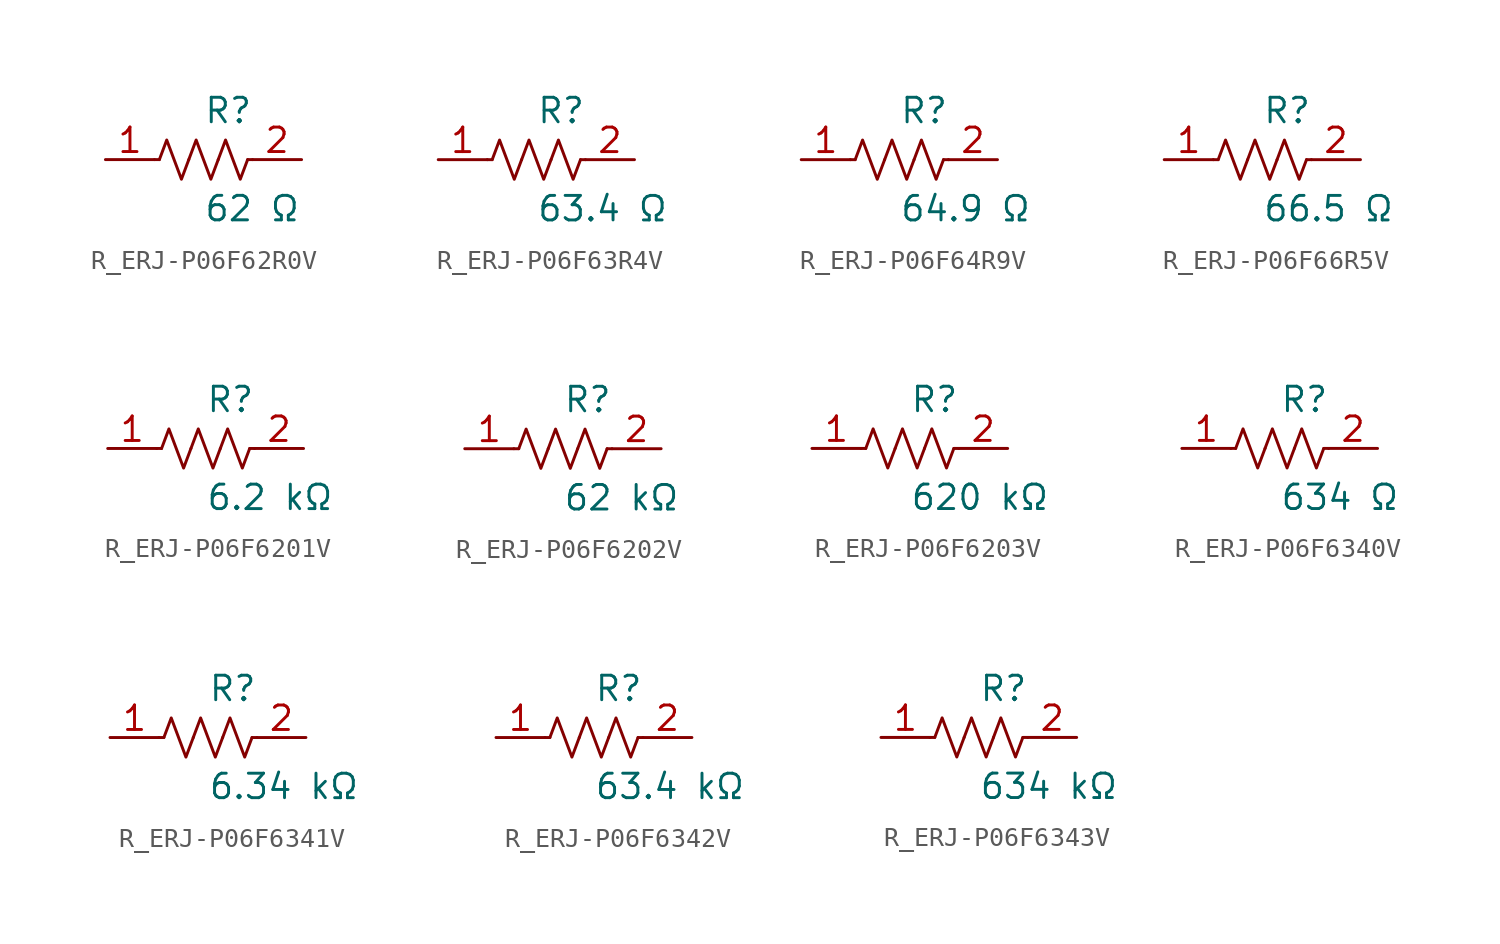
<source format=kicad_sym>
(kicad_symbol_lib
  (version 20231120)
  (generator kicad_symbol_editor)
  (generator_version 8.0)
  (symbol "R_ERJ-P06F62R0V"
    (pin_names
      (offset 0.254))
    (property "Reference" "R"
      (at 0 2.54 0)
      (effects (font (size 1.27 1.27)) (justify left)))
    (property "Value" "62 Ω"
      (at 0 -2.54 0)
      (effects (font (size 1.27 1.27)) (justify left)))
    (symbol "R_ERJ-P06F62R0V_0_1"
      (polyline (pts (xy 2.286 0) (xy 2.54 0)) (stroke (width 0) (type default)) (fill (type none)))
      (polyline (pts (xy -2.286 0) (xy -2.54 0)) (stroke (width 0) (type default)) (fill (type none)))
      (polyline (pts (xy 0.762 0) (xy 1.143 1.016) (xy 1.524 0) (xy 1.905 -1.016) (xy 2.286 0)) (stroke (width 0) (type default)) (fill (type none)))
      (polyline (pts (xy -0.762 0) (xy -0.381 1.016) (xy 0 0) (xy 0.381 -1.016) (xy 0.762 0)) (stroke (width 0) (type default)) (fill (type none)))
      (polyline (pts (xy -2.286 0) (xy -1.905 1.016) (xy -1.524 0) (xy -1.143 -1.016) (xy -0.762 0)) (stroke (width 0) (type default)) (fill (type none))))
    (pin passive line
      (at -5.08 0 0)
      (length 2.54)
      (name "" (effects (font (size 1.27 1.27))))
      (number "1" (effects (font (size 1.27 1.27)))))
    (pin passive line
      (at 5.08 0 180)
      (length 2.54)
      (name "" (effects (font (size 1.27 1.27))))
      (number "2" (effects (font (size 1.27 1.27))))))
  (symbol "R_ERJ-P06F63R4V"
    (pin_names
      (offset 0.254))
    (property "Reference" "R"
      (at 0 2.54 0)
      (effects (font (size 1.27 1.27)) (justify left)))
    (property "Value" "63.4 Ω"
      (at 0 -2.54 0)
      (effects (font (size 1.27 1.27)) (justify left)))
    (symbol "R_ERJ-P06F63R4V_0_1"
      (polyline (pts (xy 2.286 0) (xy 2.54 0)) (stroke (width 0) (type default)) (fill (type none)))
      (polyline (pts (xy -2.286 0) (xy -2.54 0)) (stroke (width 0) (type default)) (fill (type none)))
      (polyline (pts (xy 0.762 0) (xy 1.143 1.016) (xy 1.524 0) (xy 1.905 -1.016) (xy 2.286 0)) (stroke (width 0) (type default)) (fill (type none)))
      (polyline (pts (xy -0.762 0) (xy -0.381 1.016) (xy 0 0) (xy 0.381 -1.016) (xy 0.762 0)) (stroke (width 0) (type default)) (fill (type none)))
      (polyline (pts (xy -2.286 0) (xy -1.905 1.016) (xy -1.524 0) (xy -1.143 -1.016) (xy -0.762 0)) (stroke (width 0) (type default)) (fill (type none))))
    (pin passive line
      (at -5.08 0 0)
      (length 2.54)
      (name "" (effects (font (size 1.27 1.27))))
      (number "1" (effects (font (size 1.27 1.27)))))
    (pin passive line
      (at 5.08 0 180)
      (length 2.54)
      (name "" (effects (font (size 1.27 1.27))))
      (number "2" (effects (font (size 1.27 1.27))))))
  (symbol "R_ERJ-P06F64R9V"
    (pin_names
      (offset 0.254))
    (property "Reference" "R"
      (at 0 2.54 0)
      (effects (font (size 1.27 1.27)) (justify left)))
    (property "Value" "64.9 Ω"
      (at 0 -2.54 0)
      (effects (font (size 1.27 1.27)) (justify left)))
    (symbol "R_ERJ-P06F64R9V_0_1"
      (polyline (pts (xy 2.286 0) (xy 2.54 0)) (stroke (width 0) (type default)) (fill (type none)))
      (polyline (pts (xy -2.286 0) (xy -2.54 0)) (stroke (width 0) (type default)) (fill (type none)))
      (polyline (pts (xy 0.762 0) (xy 1.143 1.016) (xy 1.524 0) (xy 1.905 -1.016) (xy 2.286 0)) (stroke (width 0) (type default)) (fill (type none)))
      (polyline (pts (xy -0.762 0) (xy -0.381 1.016) (xy 0 0) (xy 0.381 -1.016) (xy 0.762 0)) (stroke (width 0) (type default)) (fill (type none)))
      (polyline (pts (xy -2.286 0) (xy -1.905 1.016) (xy -1.524 0) (xy -1.143 -1.016) (xy -0.762 0)) (stroke (width 0) (type default)) (fill (type none))))
    (pin passive line
      (at -5.08 0 0)
      (length 2.54)
      (name "" (effects (font (size 1.27 1.27))))
      (number "1" (effects (font (size 1.27 1.27)))))
    (pin passive line
      (at 5.08 0 180)
      (length 2.54)
      (name "" (effects (font (size 1.27 1.27))))
      (number "2" (effects (font (size 1.27 1.27))))))
  (symbol "R_ERJ-P06F66R5V"
    (pin_names
      (offset 0.254))
    (property "Reference" "R"
      (at 0 2.54 0)
      (effects (font (size 1.27 1.27)) (justify left)))
    (property "Value" "66.5 Ω"
      (at 0 -2.54 0)
      (effects (font (size 1.27 1.27)) (justify left)))
    (symbol "R_ERJ-P06F66R5V_0_1"
      (polyline (pts (xy 2.286 0) (xy 2.54 0)) (stroke (width 0) (type default)) (fill (type none)))
      (polyline (pts (xy -2.286 0) (xy -2.54 0)) (stroke (width 0) (type default)) (fill (type none)))
      (polyline (pts (xy 0.762 0) (xy 1.143 1.016) (xy 1.524 0) (xy 1.905 -1.016) (xy 2.286 0)) (stroke (width 0) (type default)) (fill (type none)))
      (polyline (pts (xy -0.762 0) (xy -0.381 1.016) (xy 0 0) (xy 0.381 -1.016) (xy 0.762 0)) (stroke (width 0) (type default)) (fill (type none)))
      (polyline (pts (xy -2.286 0) (xy -1.905 1.016) (xy -1.524 0) (xy -1.143 -1.016) (xy -0.762 0)) (stroke (width 0) (type default)) (fill (type none))))
    (pin passive line
      (at -5.08 0 0)
      (length 2.54)
      (name "" (effects (font (size 1.27 1.27))))
      (number "1" (effects (font (size 1.27 1.27)))))
    (pin passive line
      (at 5.08 0 180)
      (length 2.54)
      (name "" (effects (font (size 1.27 1.27))))
      (number "2" (effects (font (size 1.27 1.27))))))
  (symbol "R_ERJ-P06F6201V"
    (pin_names
      (offset 0.254))
    (property "Reference" "R"
      (at 0 2.54 0)
      (effects (font (size 1.27 1.27)) (justify left)))
    (property "Value" "6.2 kΩ"
      (at 0 -2.54 0)
      (effects (font (size 1.27 1.27)) (justify left)))
    (symbol "R_ERJ-P06F6201V_0_1"
      (polyline (pts (xy 2.286 0) (xy 2.54 0)) (stroke (width 0) (type default)) (fill (type none)))
      (polyline (pts (xy -2.286 0) (xy -2.54 0)) (stroke (width 0) (type default)) (fill (type none)))
      (polyline (pts (xy 0.762 0) (xy 1.143 1.016) (xy 1.524 0) (xy 1.905 -1.016) (xy 2.286 0)) (stroke (width 0) (type default)) (fill (type none)))
      (polyline (pts (xy -0.762 0) (xy -0.381 1.016) (xy 0 0) (xy 0.381 -1.016) (xy 0.762 0)) (stroke (width 0) (type default)) (fill (type none)))
      (polyline (pts (xy -2.286 0) (xy -1.905 1.016) (xy -1.524 0) (xy -1.143 -1.016) (xy -0.762 0)) (stroke (width 0) (type default)) (fill (type none))))
    (pin passive line
      (at -5.08 0 0)
      (length 2.54)
      (name "" (effects (font (size 1.27 1.27))))
      (number "1" (effects (font (size 1.27 1.27)))))
    (pin passive line
      (at 5.08 0 180)
      (length 2.54)
      (name "" (effects (font (size 1.27 1.27))))
      (number "2" (effects (font (size 1.27 1.27))))))
  (symbol "R_ERJ-P06F6202V"
    (pin_names
      (offset 0.254))
    (property "Reference" "R"
      (at 0 2.54 0)
      (effects (font (size 1.27 1.27)) (justify left)))
    (property "Value" "62 kΩ"
      (at 0 -2.54 0)
      (effects (font (size 1.27 1.27)) (justify left)))
    (symbol "R_ERJ-P06F6202V_0_1"
      (polyline (pts (xy 2.286 0) (xy 2.54 0)) (stroke (width 0) (type default)) (fill (type none)))
      (polyline (pts (xy -2.286 0) (xy -2.54 0)) (stroke (width 0) (type default)) (fill (type none)))
      (polyline (pts (xy 0.762 0) (xy 1.143 1.016) (xy 1.524 0) (xy 1.905 -1.016) (xy 2.286 0)) (stroke (width 0) (type default)) (fill (type none)))
      (polyline (pts (xy -0.762 0) (xy -0.381 1.016) (xy 0 0) (xy 0.381 -1.016) (xy 0.762 0)) (stroke (width 0) (type default)) (fill (type none)))
      (polyline (pts (xy -2.286 0) (xy -1.905 1.016) (xy -1.524 0) (xy -1.143 -1.016) (xy -0.762 0)) (stroke (width 0) (type default)) (fill (type none))))
    (pin passive line
      (at -5.08 0 0)
      (length 2.54)
      (name "" (effects (font (size 1.27 1.27))))
      (number "1" (effects (font (size 1.27 1.27)))))
    (pin passive line
      (at 5.08 0 180)
      (length 2.54)
      (name "" (effects (font (size 1.27 1.27))))
      (number "2" (effects (font (size 1.27 1.27))))))
  (symbol "R_ERJ-P06F6203V"
    (pin_names
      (offset 0.254))
    (property "Reference" "R"
      (at 0 2.54 0)
      (effects (font (size 1.27 1.27)) (justify left)))
    (property "Value" "620 kΩ"
      (at 0 -2.54 0)
      (effects (font (size 1.27 1.27)) (justify left)))
    (symbol "R_ERJ-P06F6203V_0_1"
      (polyline (pts (xy 2.286 0) (xy 2.54 0)) (stroke (width 0) (type default)) (fill (type none)))
      (polyline (pts (xy -2.286 0) (xy -2.54 0)) (stroke (width 0) (type default)) (fill (type none)))
      (polyline (pts (xy 0.762 0) (xy 1.143 1.016) (xy 1.524 0) (xy 1.905 -1.016) (xy 2.286 0)) (stroke (width 0) (type default)) (fill (type none)))
      (polyline (pts (xy -0.762 0) (xy -0.381 1.016) (xy 0 0) (xy 0.381 -1.016) (xy 0.762 0)) (stroke (width 0) (type default)) (fill (type none)))
      (polyline (pts (xy -2.286 0) (xy -1.905 1.016) (xy -1.524 0) (xy -1.143 -1.016) (xy -0.762 0)) (stroke (width 0) (type default)) (fill (type none))))
    (pin passive line
      (at -5.08 0 0)
      (length 2.54)
      (name "" (effects (font (size 1.27 1.27))))
      (number "1" (effects (font (size 1.27 1.27)))))
    (pin passive line
      (at 5.08 0 180)
      (length 2.54)
      (name "" (effects (font (size 1.27 1.27))))
      (number "2" (effects (font (size 1.27 1.27))))))
  (symbol "R_ERJ-P06F6340V"
    (pin_names
      (offset 0.254))
    (property "Reference" "R"
      (at 0 2.54 0)
      (effects (font (size 1.27 1.27)) (justify left)))
    (property "Value" "634 Ω"
      (at 0 -2.54 0)
      (effects (font (size 1.27 1.27)) (justify left)))
    (symbol "R_ERJ-P06F6340V_0_1"
      (polyline (pts (xy 2.286 0) (xy 2.54 0)) (stroke (width 0) (type default)) (fill (type none)))
      (polyline (pts (xy -2.286 0) (xy -2.54 0)) (stroke (width 0) (type default)) (fill (type none)))
      (polyline (pts (xy 0.762 0) (xy 1.143 1.016) (xy 1.524 0) (xy 1.905 -1.016) (xy 2.286 0)) (stroke (width 0) (type default)) (fill (type none)))
      (polyline (pts (xy -0.762 0) (xy -0.381 1.016) (xy 0 0) (xy 0.381 -1.016) (xy 0.762 0)) (stroke (width 0) (type default)) (fill (type none)))
      (polyline (pts (xy -2.286 0) (xy -1.905 1.016) (xy -1.524 0) (xy -1.143 -1.016) (xy -0.762 0)) (stroke (width 0) (type default)) (fill (type none))))
    (pin passive line
      (at -5.08 0 0)
      (length 2.54)
      (name "" (effects (font (size 1.27 1.27))))
      (number "1" (effects (font (size 1.27 1.27)))))
    (pin passive line
      (at 5.08 0 180)
      (length 2.54)
      (name "" (effects (font (size 1.27 1.27))))
      (number "2" (effects (font (size 1.27 1.27))))))
  (symbol "R_ERJ-P06F6341V"
    (pin_names
      (offset 0.254))
    (property "Reference" "R"
      (at 0 2.54 0)
      (effects (font (size 1.27 1.27)) (justify left)))
    (property "Value" "6.34 kΩ"
      (at 0 -2.54 0)
      (effects (font (size 1.27 1.27)) (justify left)))
    (symbol "R_ERJ-P06F6341V_0_1"
      (polyline (pts (xy 2.286 0) (xy 2.54 0)) (stroke (width 0) (type default)) (fill (type none)))
      (polyline (pts (xy -2.286 0) (xy -2.54 0)) (stroke (width 0) (type default)) (fill (type none)))
      (polyline (pts (xy 0.762 0) (xy 1.143 1.016) (xy 1.524 0) (xy 1.905 -1.016) (xy 2.286 0)) (stroke (width 0) (type default)) (fill (type none)))
      (polyline (pts (xy -0.762 0) (xy -0.381 1.016) (xy 0 0) (xy 0.381 -1.016) (xy 0.762 0)) (stroke (width 0) (type default)) (fill (type none)))
      (polyline (pts (xy -2.286 0) (xy -1.905 1.016) (xy -1.524 0) (xy -1.143 -1.016) (xy -0.762 0)) (stroke (width 0) (type default)) (fill (type none))))
    (pin passive line
      (at -5.08 0 0)
      (length 2.54)
      (name "" (effects (font (size 1.27 1.27))))
      (number "1" (effects (font (size 1.27 1.27)))))
    (pin passive line
      (at 5.08 0 180)
      (length 2.54)
      (name "" (effects (font (size 1.27 1.27))))
      (number "2" (effects (font (size 1.27 1.27))))))
  (symbol "R_ERJ-P06F6342V"
    (pin_names
      (offset 0.254))
    (property "Reference" "R"
      (at 0 2.54 0)
      (effects (font (size 1.27 1.27)) (justify left)))
    (property "Value" "63.4 kΩ"
      (at 0 -2.54 0)
      (effects (font (size 1.27 1.27)) (justify left)))
    (symbol "R_ERJ-P06F6342V_0_1"
      (polyline (pts (xy 2.286 0) (xy 2.54 0)) (stroke (width 0) (type default)) (fill (type none)))
      (polyline (pts (xy -2.286 0) (xy -2.54 0)) (stroke (width 0) (type default)) (fill (type none)))
      (polyline (pts (xy 0.762 0) (xy 1.143 1.016) (xy 1.524 0) (xy 1.905 -1.016) (xy 2.286 0)) (stroke (width 0) (type default)) (fill (type none)))
      (polyline (pts (xy -0.762 0) (xy -0.381 1.016) (xy 0 0) (xy 0.381 -1.016) (xy 0.762 0)) (stroke (width 0) (type default)) (fill (type none)))
      (polyline (pts (xy -2.286 0) (xy -1.905 1.016) (xy -1.524 0) (xy -1.143 -1.016) (xy -0.762 0)) (stroke (width 0) (type default)) (fill (type none))))
    (pin passive line
      (at -5.08 0 0)
      (length 2.54)
      (name "" (effects (font (size 1.27 1.27))))
      (number "1" (effects (font (size 1.27 1.27)))))
    (pin passive line
      (at 5.08 0 180)
      (length 2.54)
      (name "" (effects (font (size 1.27 1.27))))
      (number "2" (effects (font (size 1.27 1.27))))))
  (symbol "R_ERJ-P06F6343V"
    (pin_names
      (offset 0.254))
    (property "Reference" "R"
      (at 0 2.54 0)
      (effects (font (size 1.27 1.27)) (justify left)))
    (property "Value" "634 kΩ"
      (at 0 -2.54 0)
      (effects (font (size 1.27 1.27)) (justify left)))
    (symbol "R_ERJ-P06F6343V_0_1"
      (polyline (pts (xy 2.286 0) (xy 2.54 0)) (stroke (width 0) (type default)) (fill (type none)))
      (polyline (pts (xy -2.286 0) (xy -2.54 0)) (stroke (width 0) (type default)) (fill (type none)))
      (polyline (pts (xy 0.762 0) (xy 1.143 1.016) (xy 1.524 0) (xy 1.905 -1.016) (xy 2.286 0)) (stroke (width 0) (type default)) (fill (type none)))
      (polyline (pts (xy -0.762 0) (xy -0.381 1.016) (xy 0 0) (xy 0.381 -1.016) (xy 0.762 0)) (stroke (width 0) (type default)) (fill (type none)))
      (polyline (pts (xy -2.286 0) (xy -1.905 1.016) (xy -1.524 0) (xy -1.143 -1.016) (xy -0.762 0)) (stroke (width 0) (type default)) (fill (type none))))
    (pin passive line
      (at -5.08 0 0)
      (length 2.54)
      (name "" (effects (font (size 1.27 1.27))))
      (number "1" (effects (font (size 1.27 1.27)))))
    (pin passive line
      (at 5.08 0 180)
      (length 2.54)
      (name "" (effects (font (size 1.27 1.27))))
      (number "2" (effects (font (size 1.27 1.27)))))))
</source>
